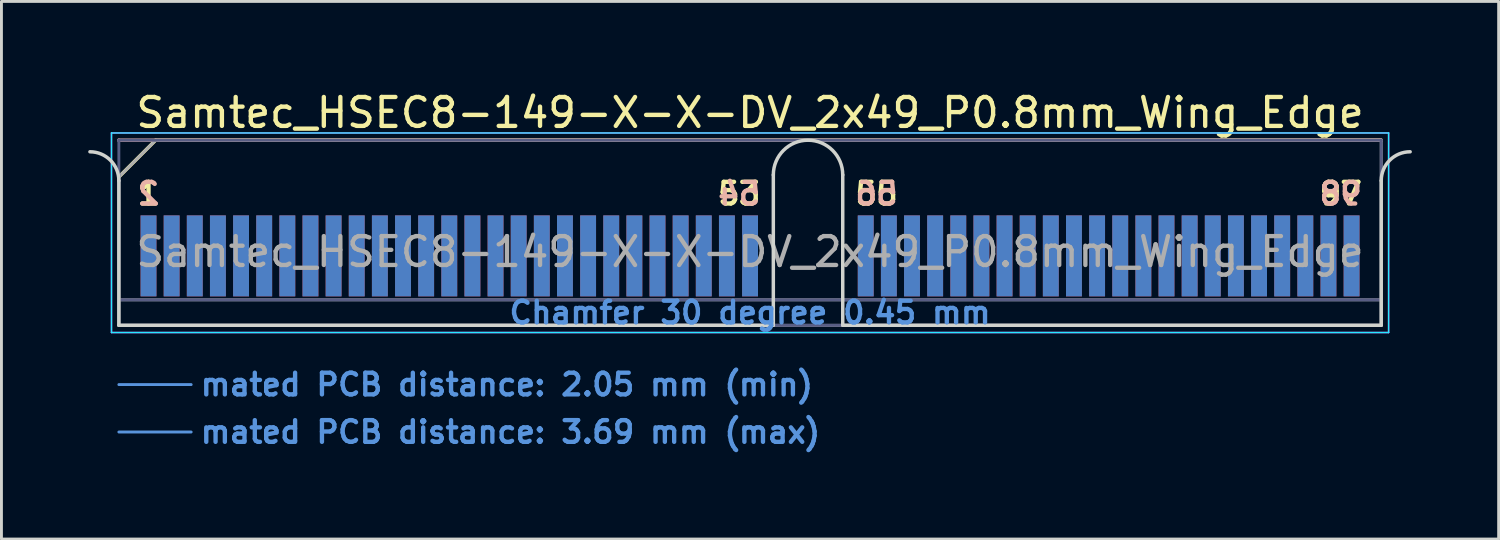
<source format=kicad_pcb>
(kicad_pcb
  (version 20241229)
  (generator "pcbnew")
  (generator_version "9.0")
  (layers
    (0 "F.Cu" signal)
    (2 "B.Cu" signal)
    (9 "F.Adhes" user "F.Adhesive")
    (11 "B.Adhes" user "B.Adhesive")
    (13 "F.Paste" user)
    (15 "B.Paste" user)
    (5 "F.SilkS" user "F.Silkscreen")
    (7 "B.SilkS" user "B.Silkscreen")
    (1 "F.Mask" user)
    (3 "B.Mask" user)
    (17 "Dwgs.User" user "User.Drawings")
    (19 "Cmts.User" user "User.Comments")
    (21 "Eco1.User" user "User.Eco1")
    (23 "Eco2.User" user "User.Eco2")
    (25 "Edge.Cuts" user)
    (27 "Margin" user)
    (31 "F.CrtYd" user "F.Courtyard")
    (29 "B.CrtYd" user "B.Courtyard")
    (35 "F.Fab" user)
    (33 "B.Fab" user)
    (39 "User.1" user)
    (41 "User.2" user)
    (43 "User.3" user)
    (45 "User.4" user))
  (footprint "Samtec_HSEC8-149-X-X-DV_2x49_P0.8mm_Wing_Edge"
    (layer "F.Cu")
    (at 22.885 8.198)
    (property "Reference" "Samtec_HSEC8-149-X-X-DV_2x49_P0.8mm_Wing_Edge" (at 0 -7.35 0) (layer "F.SilkS") (effects (font (size 1 1) (thickness 0.15))))
    (attr exclude_from_pos_files exclude_from_bom)
    (fp_line (start -21.825 -5.13) (end -20.555 -6.4) (stroke (width 0.12) (type solid)) (layer "F.SilkS"))
    (fp_line (start -20.555 -6.4) (end 21.825 -6.4) (stroke (width 0.12) (type solid)) (layer "F.SilkS"))
    (fp_line (start -21.825 -6.4) (end -21.825 -6.4) (stroke (width 0.12) (type solid)) (layer "B.SilkS"))
    (fp_line (start -21.825 -6.4) (end 21.825 -6.4) (stroke (width 0.12) (type solid)) (layer "B.SilkS"))
    (fp_line (start -21.825 2.05) (end -19.325 2.05) (stroke (width 0.1) (type solid)) (layer "Cmts.User"))
    (fp_line (start -21.825 3.69) (end -19.325 3.69) (stroke (width 0.1) (type solid)) (layer "Cmts.User"))
    (fp_line (start -21.825 -5) (end -21.825 0) (stroke (width 0.12) (type solid)) (layer "Edge.Cuts"))
    (fp_line (start -21.825 0) (end 0.805 0) (stroke (width 0.12) (type solid)) (layer "Edge.Cuts"))
    (fp_line (start 0.805 0) (end 0.805 -5.2) (stroke (width 0.12) (type solid)) (layer "Edge.Cuts"))
    (fp_line (start 3.205 -5.2) (end 3.205 0) (stroke (width 0.12) (type solid)) (layer "Edge.Cuts"))
    (fp_line (start 3.205 0) (end 21.825 0) (stroke (width 0.12) (type solid)) (layer "Edge.Cuts"))
    (fp_line (start 21.825 0) (end 21.825 -5) (stroke (width 0.12) (type solid)) (layer "Edge.Cuts"))
    (fp_arc (start -22.825 -6) (mid -22.117893 -5.707107) (end -21.825 -5) (stroke (width 0.12) (type solid)) (layer "Edge.Cuts"))
    (fp_arc (start 0.805 -5.2) (mid 2.005 -6.4) (end 3.205 -5.2) (stroke (width 0.12) (type solid)) (layer "Edge.Cuts"))
    (fp_arc (start 21.825 -5) (mid 22.117893 -5.707107) (end 22.825 -6) (stroke (width 0.12) (type solid)) (layer "Edge.Cuts"))
    (fp_line (start -22.08 -6.65) (end -22.08 0.25) (stroke (width 0.05) (type solid)) (layer "B.CrtYd"))
    (fp_line (start -22.08 0.25) (end 22.08 0.25) (stroke (width 0.05) (type solid)) (layer "B.CrtYd"))
    (fp_line (start 22.08 -6.65) (end -22.08 -6.65) (stroke (width 0.05) (type solid)) (layer "B.CrtYd"))
    (fp_line (start 22.08 0.25) (end 22.08 -6.65) (stroke (width 0.05) (type solid)) (layer "B.CrtYd"))
    (fp_line (start -22.08 -6.65) (end -22.08 0.25) (stroke (width 0.05) (type solid)) (layer "F.CrtYd"))
    (fp_line (start -22.08 0.25) (end 22.08 0.25) (stroke (width 0.05) (type solid)) (layer "F.CrtYd"))
    (fp_line (start 22.08 -6.65) (end -22.08 -6.65) (stroke (width 0.05) (type solid)) (layer "F.CrtYd"))
    (fp_line (start 22.08 0.25) (end 22.08 -6.65) (stroke (width 0.05) (type solid)) (layer "F.CrtYd"))
    (fp_line (start -21.825 -6.4) (end -21.825 -6.4) (stroke (width 0.1) (type solid)) (layer "B.Fab"))
    (fp_line (start -21.825 -6.4) (end -21.825 0) (stroke (width 0.1) (type solid)) (layer "B.Fab"))
    (fp_line (start -21.825 -6.4) (end 21.825 -6.4) (stroke (width 0.1) (type solid)) (layer "B.Fab"))
    (fp_line (start -21.825 -0.88) (end 21.825 -0.88) (stroke (width 0.1) (type solid)) (layer "B.Fab"))
    (fp_line (start -21.825 0) (end 21.825 0) (stroke (width 0.1) (type solid)) (layer "B.Fab"))
    (fp_line (start 21.825 -6.4) (end 21.825 0) (stroke (width 0.1) (type solid)) (layer "B.Fab"))
    (fp_line (start -21.825 -5.13) (end -21.825 0) (stroke (width 0.1) (type solid)) (layer "F.Fab"))
    (fp_line (start -21.825 -5.13) (end -20.555 -6.4) (stroke (width 0.1) (type solid)) (layer "F.Fab"))
    (fp_line (start -21.825 -0.88) (end 21.825 -0.88) (stroke (width 0.1) (type solid)) (layer "F.Fab"))
    (fp_line (start -21.825 0) (end 21.825 0) (stroke (width 0.1) (type solid)) (layer "F.Fab"))
    (fp_line (start -20.555 -6.4) (end 21.825 -6.4) (stroke (width 0.1) (type solid)) (layer "F.Fab"))
    (fp_line (start 21.825 -6.4) (end 21.825 0) (stroke (width 0.1) (type solid)) (layer "F.Fab"))
    (fp_text user "53" (at -0.375 -4.55 0) (layer "F.SilkS") (effects (font (size 0.75 0.75) (thickness 0.15))))
    (fp_text user "55" (at 4.375 -4.55 0) (layer "F.SilkS") (effects (font (size 0.75 0.75) (thickness 0.15))))
    (fp_text user "1" (at -20.8 -4.55 0) (layer "F.SilkS") (effects (font (size 0.75 0.75) (thickness 0.15))))
    (fp_text user "97" (at 20.425 -4.55 0) (layer "F.SilkS") (effects (font (size 0.75 0.75) (thickness 0.15))))
    (fp_text user "2" (at -20.8 -4.55 0) (layer "B.SilkS") (effects (font (size 0.75 0.75) (thickness 0.15)) (justify mirror)))
    (fp_text user "98" (at 20.425 -4.55 0) (layer "B.SilkS") (effects (font (size 0.75 0.75) (thickness 0.15)) (justify mirror)))
    (fp_text user "54" (at -0.375 -4.55 0) (layer "B.SilkS") (effects (font (size 0.75 0.75) (thickness 0.15)) (justify mirror)))
    (fp_text user "56" (at 4.375 -4.55 0) (layer "B.SilkS") (effects (font (size 0.75 0.75) (thickness 0.15)) (justify mirror)))
    (fp_text user "Chamfer 30 degree 0.45 mm" (at 0 -0.44 0) (layer "Cmts.User") (effects (font (size 0.75 0.75) (thickness 0.15))))
    (fp_text user "mated PCB distance: 2.05 mm (min)" (at -19.08 2.05 0) (layer "Cmts.User") (effects (font (size 0.75 0.75) (thickness 0.15)) (justify left)))
    (fp_text user "mated PCB distance: 3.69 mm (max)" (at -19.08 3.69 0) (layer "Cmts.User") (effects (font (size 0.75 0.75) (thickness 0.15)) (justify left)))
    (fp_text user "${REFERENCE}" (at 0 -2.54 0) (layer "F.Fab") (effects (font (size 1 1) (thickness 0.15))))
    (pad "1" connect rect (at -20.8 -2.4) (size 0.55 2.8) (layers "F.Cu" "F.Mask"))
    (pad "2" connect rect (at -20.8 -2.4) (size 0.55 2.8) (layers "B.Cu" "B.Mask"))
    (pad "3" connect rect (at -20 -2.4) (size 0.55 2.8) (layers "F.Cu" "F.Mask"))
    (pad "4" connect rect (at -20 -2.4) (size 0.55 2.8) (layers "B.Cu" "B.Mask"))
    (pad "5" connect rect (at -19.2 -2.4) (size 0.55 2.8) (layers "F.Cu" "F.Mask"))
    (pad "6" connect rect (at -19.2 -2.4) (size 0.55 2.8) (layers "B.Cu" "B.Mask"))
    (pad "7" connect rect (at -18.4 -2.4) (size 0.55 2.8) (layers "F.Cu" "F.Mask"))
    (pad "8" connect rect (at -18.4 -2.4) (size 0.55 2.8) (layers "B.Cu" "B.Mask"))
    (pad "9" connect rect (at -17.6 -2.4) (size 0.55 2.8) (layers "F.Cu" "F.Mask"))
    (pad "10" connect rect (at -17.6 -2.4) (size 0.55 2.8) (layers "B.Cu" "B.Mask"))
    (pad "11" connect rect (at -16.8 -2.4) (size 0.55 2.8) (layers "F.Cu" "F.Mask"))
    (pad "12" connect rect (at -16.8 -2.4) (size 0.55 2.8) (layers "B.Cu" "B.Mask"))
    (pad "13" connect rect (at -16 -2.4) (size 0.55 2.8) (layers "F.Cu" "F.Mask"))
    (pad "14" connect rect (at -16 -2.4) (size 0.55 2.8) (layers "B.Cu" "B.Mask"))
    (pad "15" connect rect (at -15.2 -2.4) (size 0.55 2.8) (layers "F.Cu" "F.Mask"))
    (pad "16" connect rect (at -15.2 -2.4) (size 0.55 2.8) (layers "B.Cu" "B.Mask"))
    (pad "17" connect rect (at -14.4 -2.4) (size 0.55 2.8) (layers "F.Cu" "F.Mask"))
    (pad "18" connect rect (at -14.4 -2.4) (size 0.55 2.8) (layers "B.Cu" "B.Mask"))
    (pad "19" connect rect (at -13.6 -2.4) (size 0.55 2.8) (layers "F.Cu" "F.Mask"))
    (pad "20" connect rect (at -13.6 -2.4) (size 0.55 2.8) (layers "B.Cu" "B.Mask"))
    (pad "21" connect rect (at -12.8 -2.4) (size 0.55 2.8) (layers "F.Cu" "F.Mask"))
    (pad "22" connect rect (at -12.8 -2.4) (size 0.55 2.8) (layers "B.Cu" "B.Mask"))
    (pad "23" connect rect (at -12 -2.4) (size 0.55 2.8) (layers "F.Cu" "F.Mask"))
    (pad "24" connect rect (at -12 -2.4) (size 0.55 2.8) (layers "B.Cu" "B.Mask"))
    (pad "25" connect rect (at -11.2 -2.4) (size 0.55 2.8) (layers "F.Cu" "F.Mask"))
    (pad "26" connect rect (at -11.2 -2.4) (size 0.55 2.8) (layers "B.Cu" "B.Mask"))
    (pad "27" connect rect (at -10.4 -2.4) (size 0.55 2.8) (layers "F.Cu" "F.Mask"))
    (pad "28" connect rect (at -10.4 -2.4) (size 0.55 2.8) (layers "B.Cu" "B.Mask"))
    (pad "29" connect rect (at -9.6 -2.4) (size 0.55 2.8) (layers "F.Cu" "F.Mask"))
    (pad "30" connect rect (at -9.6 -2.4) (size 0.55 2.8) (layers "B.Cu" "B.Mask"))
    (pad "31" connect rect (at -8.8 -2.4) (size 0.55 2.8) (layers "F.Cu" "F.Mask"))
    (pad "32" connect rect (at -8.8 -2.4) (size 0.55 2.8) (layers "B.Cu" "B.Mask"))
    (pad "33" connect rect (at -8 -2.4) (size 0.55 2.8) (layers "F.Cu" "F.Mask"))
    (pad "34" connect rect (at -8 -2.4) (size 0.55 2.8) (layers "B.Cu" "B.Mask"))
    (pad "35" connect rect (at -7.2 -2.4) (size 0.55 2.8) (layers "F.Cu" "F.Mask"))
    (pad "36" connect rect (at -7.2 -2.4) (size 0.55 2.8) (layers "B.Cu" "B.Mask"))
    (pad "37" connect rect (at -6.4 -2.4) (size 0.55 2.8) (layers "F.Cu" "F.Mask"))
    (pad "38" connect rect (at -6.4 -2.4) (size 0.55 2.8) (layers "B.Cu" "B.Mask"))
    (pad "39" connect rect (at -5.6 -2.4) (size 0.55 2.8) (layers "F.Cu" "F.Mask"))
    (pad "40" connect rect (at -5.6 -2.4) (size 0.55 2.8) (layers "B.Cu" "B.Mask"))
    (pad "41" connect rect (at -4.8 -2.4) (size 0.55 2.8) (layers "F.Cu" "F.Mask"))
    (pad "42" connect rect (at -4.8 -2.4) (size 0.55 2.8) (layers "B.Cu" "B.Mask"))
    (pad "43" connect rect (at -4 -2.4) (size 0.55 2.8) (layers "F.Cu" "F.Mask"))
    (pad "44" connect rect (at -4 -2.4) (size 0.55 2.8) (layers "B.Cu" "B.Mask"))
    (pad "45" connect rect (at -3.2 -2.4) (size 0.55 2.8) (layers "F.Cu" "F.Mask"))
    (pad "46" connect rect (at -3.2 -2.4) (size 0.55 2.8) (layers "B.Cu" "B.Mask"))
    (pad "47" connect rect (at -2.4 -2.4) (size 0.55 2.8) (layers "F.Cu" "F.Mask"))
    (pad "48" connect rect (at -2.4 -2.4) (size 0.55 2.8) (layers "B.Cu" "B.Mask"))
    (pad "49" connect rect (at -1.6 -2.4) (size 0.55 2.8) (layers "F.Cu" "F.Mask"))
    (pad "50" connect rect (at -1.6 -2.4) (size 0.55 2.8) (layers "B.Cu" "B.Mask"))
    (pad "51" connect rect (at -0.8 -2.4) (size 0.55 2.8) (layers "F.Cu" "F.Mask"))
    (pad "52" connect rect (at -0.8 -2.4) (size 0.55 2.8) (layers "B.Cu" "B.Mask"))
    (pad "53" connect rect (at 0 -2.4) (size 0.55 2.8) (layers "F.Cu" "F.Mask"))
    (pad "54" connect rect (at 0 -2.4) (size 0.55 2.8) (layers "B.Cu" "B.Mask"))
    (pad "55" connect rect (at 4 -2.4) (size 0.55 2.8) (layers "F.Cu" "F.Mask"))
    (pad "56" connect rect (at 4 -2.4) (size 0.55 2.8) (layers "B.Cu" "B.Mask"))
    (pad "57" connect rect (at 4.8 -2.4) (size 0.55 2.8) (layers "F.Cu" "F.Mask"))
    (pad "58" connect rect (at 4.8 -2.4) (size 0.55 2.8) (layers "B.Cu" "B.Mask"))
    (pad "59" connect rect (at 5.6 -2.4) (size 0.55 2.8) (layers "F.Cu" "F.Mask"))
    (pad "60" connect rect (at 5.6 -2.4) (size 0.55 2.8) (layers "B.Cu" "B.Mask"))
    (pad "61" connect rect (at 6.4 -2.4) (size 0.55 2.8) (layers "F.Cu" "F.Mask"))
    (pad "62" connect rect (at 6.4 -2.4) (size 0.55 2.8) (layers "B.Cu" "B.Mask"))
    (pad "63" connect rect (at 7.2 -2.4) (size 0.55 2.8) (layers "F.Cu" "F.Mask"))
    (pad "64" connect rect (at 7.2 -2.4) (size 0.55 2.8) (layers "B.Cu" "B.Mask"))
    (pad "65" connect rect (at 8 -2.4) (size 0.55 2.8) (layers "F.Cu" "F.Mask"))
    (pad "66" connect rect (at 8 -2.4) (size 0.55 2.8) (layers "B.Cu" "B.Mask"))
    (pad "67" connect rect (at 8.8 -2.4) (size 0.55 2.8) (layers "F.Cu" "F.Mask"))
    (pad "68" connect rect (at 8.8 -2.4) (size 0.55 2.8) (layers "B.Cu" "B.Mask"))
    (pad "69" connect rect (at 9.6 -2.4) (size 0.55 2.8) (layers "F.Cu" "F.Mask"))
    (pad "70" connect rect (at 9.6 -2.4) (size 0.55 2.8) (layers "B.Cu" "B.Mask"))
    (pad "71" connect rect (at 10.4 -2.4) (size 0.55 2.8) (layers "F.Cu" "F.Mask"))
    (pad "72" connect rect (at 10.4 -2.4) (size 0.55 2.8) (layers "B.Cu" "B.Mask"))
    (pad "73" connect rect (at 11.2 -2.4) (size 0.55 2.8) (layers "F.Cu" "F.Mask"))
    (pad "74" connect rect (at 11.2 -2.4) (size 0.55 2.8) (layers "B.Cu" "B.Mask"))
    (pad "75" connect rect (at 12 -2.4) (size 0.55 2.8) (layers "F.Cu" "F.Mask"))
    (pad "76" connect rect (at 12 -2.4) (size 0.55 2.8) (layers "B.Cu" "B.Mask"))
    (pad "77" connect rect (at 12.8 -2.4) (size 0.55 2.8) (layers "F.Cu" "F.Mask"))
    (pad "78" connect rect (at 12.8 -2.4) (size 0.55 2.8) (layers "B.Cu" "B.Mask"))
    (pad "79" connect rect (at 13.6 -2.4) (size 0.55 2.8) (layers "F.Cu" "F.Mask"))
    (pad "80" connect rect (at 13.6 -2.4) (size 0.55 2.8) (layers "B.Cu" "B.Mask"))
    (pad "81" connect rect (at 14.4 -2.4) (size 0.55 2.8) (layers "F.Cu" "F.Mask"))
    (pad "82" connect rect (at 14.4 -2.4) (size 0.55 2.8) (layers "B.Cu" "B.Mask"))
    (pad "83" connect rect (at 15.2 -2.4) (size 0.55 2.8) (layers "F.Cu" "F.Mask"))
    (pad "84" connect rect (at 15.2 -2.4) (size 0.55 2.8) (layers "B.Cu" "B.Mask"))
    (pad "85" connect rect (at 16 -2.4) (size 0.55 2.8) (layers "F.Cu" "F.Mask"))
    (pad "86" connect rect (at 16 -2.4) (size 0.55 2.8) (layers "B.Cu" "B.Mask"))
    (pad "87" connect rect (at 16.8 -2.4) (size 0.55 2.8) (layers "F.Cu" "F.Mask"))
    (pad "88" connect rect (at 16.8 -2.4) (size 0.55 2.8) (layers "B.Cu" "B.Mask"))
    (pad "89" connect rect (at 17.6 -2.4) (size 0.55 2.8) (layers "F.Cu" "F.Mask"))
    (pad "90" connect rect (at 17.6 -2.4) (size 0.55 2.8) (layers "B.Cu" "B.Mask"))
    (pad "91" connect rect (at 18.4 -2.4) (size 0.55 2.8) (layers "F.Cu" "F.Mask"))
    (pad "92" connect rect (at 18.4 -2.4) (size 0.55 2.8) (layers "B.Cu" "B.Mask"))
    (pad "93" connect rect (at 19.2 -2.4) (size 0.55 2.8) (layers "F.Cu" "F.Mask"))
    (pad "94" connect rect (at 19.2 -2.4) (size 0.55 2.8) (layers "B.Cu" "B.Mask"))
    (pad "95" connect rect (at 20 -2.4) (size 0.55 2.8) (layers "F.Cu" "F.Mask"))
    (pad "96" connect rect (at 20 -2.4) (size 0.55 2.8) (layers "B.Cu" "B.Mask"))
    (pad "97" connect rect (at 20.8 -2.4) (size 0.55 2.8) (layers "F.Cu" "F.Mask"))
    (pad "98" connect rect (at 20.8 -2.4) (size 0.55 2.8) (layers "B.Cu" "B.Mask")))
  (gr_rect
    (start -3 -3)
    (end 48.77 15.59)
    (stroke (width 0.1) (type default))
    (fill no)
    (layer "Edge.Cuts")))
</source>
